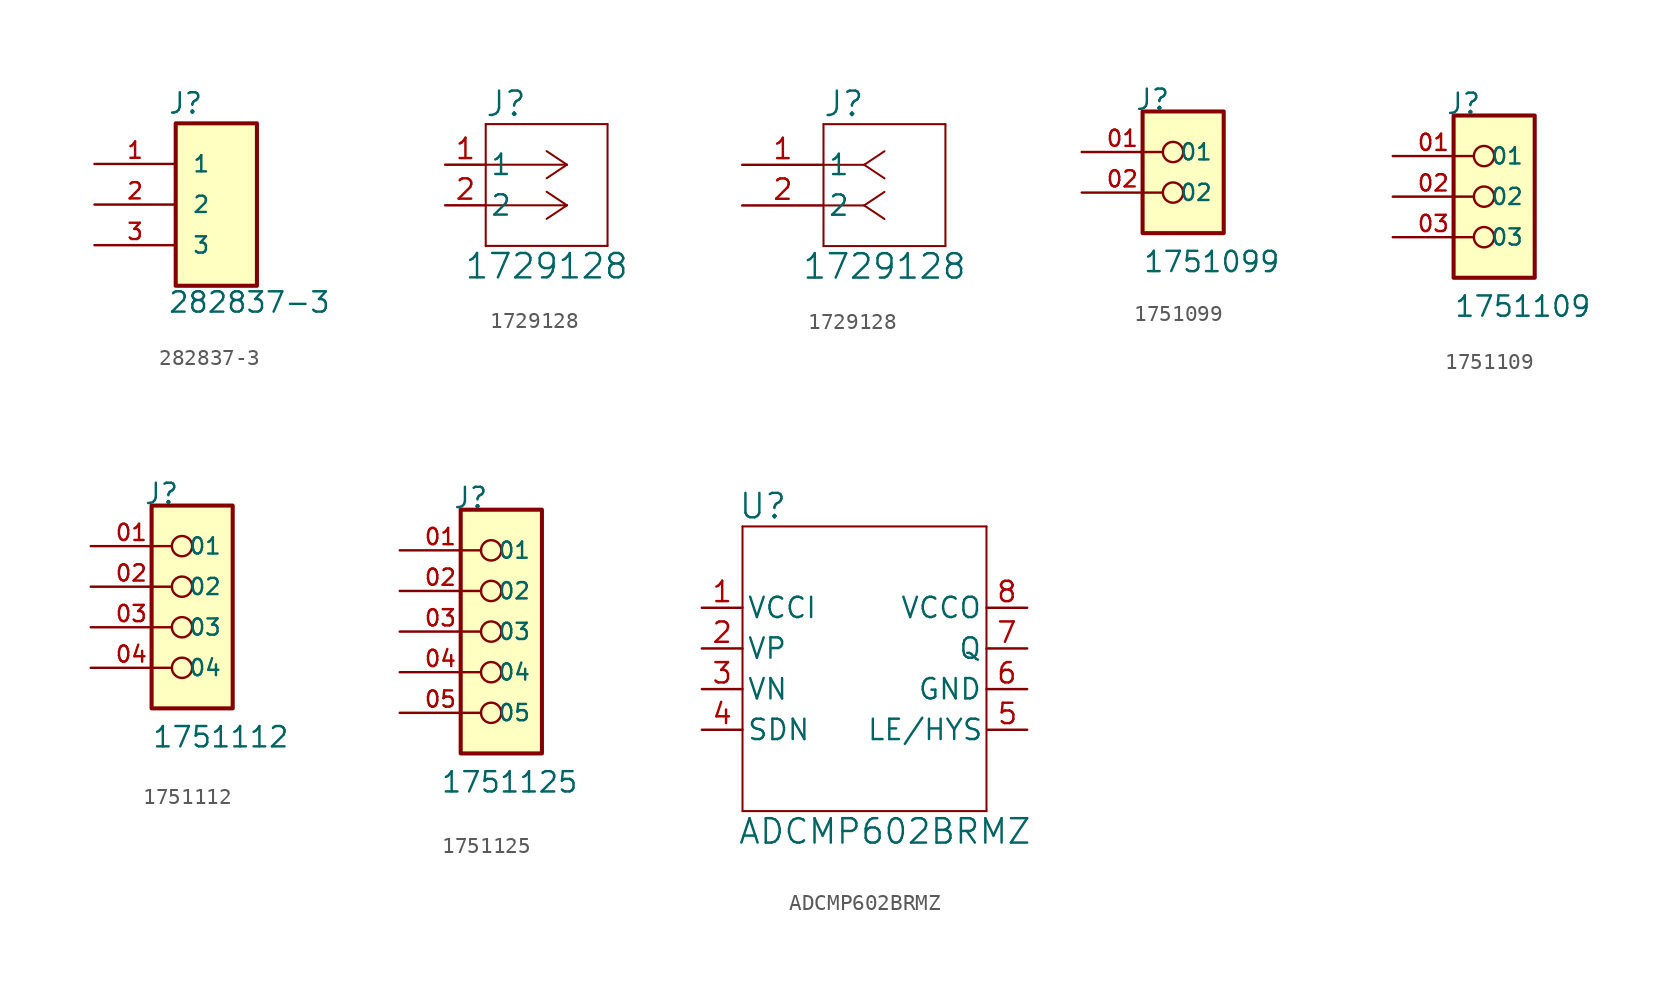
<source format=kicad_sym>
(kicad_symbol_lib
  (version 20211014)
  (generator kicad_symbol_editor)
  (symbol "282837-3"
    (pin_names
      (offset 1.016))
    (property "Reference" "J"
      (at -3.05 5.592 0)
      (effects (font (size 1.27 1.27)) (justify left bottom)))
    (property "Value" "282837-3"
      (at -3.049 -6.859 0)
      (effects (font (size 1.27 1.27)) (justify left bottom)))
    (symbol "282837-3_0_0"
      (rectangle (start -2.54 -5.08) (end 2.54 5.08) (stroke (width 0.254) (type default) (color 0 0 0 0)) (fill (type background)))
      (pin passive line (at -7.62 2.54 0) (length 5.08) (name "1" (effects (font (size 1.016 1.016)))) (number "1" (effects (font (size 1.016 1.016)))))
      (pin passive line (at -7.62 0 0) (length 5.08) (name "2" (effects (font (size 1.016 1.016)))) (number "2" (effects (font (size 1.016 1.016)))))
      (pin passive line (at -7.62 -2.54 0) (length 5.08) (name "3" (effects (font (size 1.016 1.016)))) (number "3" (effects (font (size 1.016 1.016)))))))
  (symbol "1729128"
    (pin_names
      (offset 0.254))
    (property "Reference" "J"
      (at 6.35 3.81 0)
      (effects (font (size 1.524 1.524))))
    (property "Value" "1729128"
      (at 8.89 -6.35 0)
      (effects (font (size 1.524 1.524))))
    (symbol "1729128_1_1"
      (polyline (pts (xy 5.08 -5.08) (xy 12.7 -5.08)) (stroke (width 0.127) (type default) (color 0 0 0 0)) (fill (type none)))
      (polyline (pts (xy 5.08 2.54) (xy 5.08 -5.08)) (stroke (width 0.127) (type default) (color 0 0 0 0)) (fill (type none)))
      (polyline (pts (xy 10.16 -2.54) (xy 5.08 -2.54)) (stroke (width 0.127) (type default) (color 0 0 0 0)) (fill (type none)))
      (polyline (pts (xy 10.16 -2.54) (xy 8.89 -3.387)) (stroke (width 0.127) (type default) (color 0 0 0 0)) (fill (type none)))
      (polyline (pts (xy 10.16 -2.54) (xy 8.89 -1.693)) (stroke (width 0.127) (type default) (color 0 0 0 0)) (fill (type none)))
      (polyline (pts (xy 10.16 0) (xy 5.08 0)) (stroke (width 0.127) (type default) (color 0 0 0 0)) (fill (type none)))
      (polyline (pts (xy 10.16 0) (xy 8.89 -0.847)) (stroke (width 0.127) (type default) (color 0 0 0 0)) (fill (type none)))
      (polyline (pts (xy 10.16 0) (xy 8.89 0.847)) (stroke (width 0.127) (type default) (color 0 0 0 0)) (fill (type none)))
      (polyline (pts (xy 12.7 -5.08) (xy 12.7 2.54)) (stroke (width 0.127) (type default) (color 0 0 0 0)) (fill (type none)))
      (polyline (pts (xy 12.7 2.54) (xy 5.08 2.54)) (stroke (width 0.127) (type default) (color 0 0 0 0)) (fill (type none)))
      (pin unspecified line (at 2.54 0 0) (length 2.54) (name "1" (effects (font (size 1.27 1.27)))) (number "1" (effects (font (size 1.27 1.27)))))
      (pin bidirectional line (at 2.54 -2.54 0) (length 2.54) (name "2" (effects (font (size 1.27 1.27)))) (number "2" (effects (font (size 1.27 1.27))))))
    (symbol "1729128_1_2"
      (polyline (pts (xy 5.08 -5.08) (xy 12.7 -5.08)) (stroke (width 0.127) (type default) (color 0 0 0 0)) (fill (type none)))
      (polyline (pts (xy 5.08 2.54) (xy 5.08 -5.08)) (stroke (width 0.127) (type default) (color 0 0 0 0)) (fill (type none)))
      (polyline (pts (xy 7.62 -2.54) (xy 5.08 -2.54)) (stroke (width 0.127) (type default) (color 0 0 0 0)) (fill (type none)))
      (polyline (pts (xy 7.62 -2.54) (xy 8.89 -3.387)) (stroke (width 0.127) (type default) (color 0 0 0 0)) (fill (type none)))
      (polyline (pts (xy 7.62 -2.54) (xy 8.89 -1.693)) (stroke (width 0.127) (type default) (color 0 0 0 0)) (fill (type none)))
      (polyline (pts (xy 7.62 0) (xy 5.08 0)) (stroke (width 0.127) (type default) (color 0 0 0 0)) (fill (type none)))
      (polyline (pts (xy 7.62 0) (xy 8.89 -0.847)) (stroke (width 0.127) (type default) (color 0 0 0 0)) (fill (type none)))
      (polyline (pts (xy 7.62 0) (xy 8.89 0.847)) (stroke (width 0.127) (type default) (color 0 0 0 0)) (fill (type none)))
      (polyline (pts (xy 12.7 -5.08) (xy 12.7 2.54)) (stroke (width 0.127) (type default) (color 0 0 0 0)) (fill (type none)))
      (polyline (pts (xy 12.7 2.54) (xy 5.08 2.54)) (stroke (width 0.127) (type default) (color 0 0 0 0)) (fill (type none)))
      (pin unspecified line (at 0 0 0) (length 5.08) (name "1" (effects (font (size 1.27 1.27)))) (number "1" (effects (font (size 1.27 1.27)))))
      (pin unspecified line (at 0 -2.54 0) (length 5.08) (name "2" (effects (font (size 1.27 1.27)))) (number "2" (effects (font (size 1.27 1.27)))))))
  (symbol "1751099"
    (pin_names
      (offset 1.016))
    (property "Reference" "J"
      (at -6.85 5.08 0)
      (effects (font (size 1.27 1.27)) (justify left bottom)))
    (property "Value" "1751099"
      (at -6.35 -5.08 0)
      (effects (font (size 1.27 1.27)) (justify left bottom)))
    (symbol "1751099_0_0"
      (rectangle (start -6.35 5.08) (end -1.27 -2.54) (stroke (width 0.254) (type default) (color 0 0 0 0)) (fill (type background)))
      (circle (center -4.445 0) (radius 0.635) (stroke (width 0.152) (type default) (color 0 0 0 0)) (fill (type none)))
      (circle (center -4.445 2.54) (radius 0.635) (stroke (width 0.152) (type default) (color 0 0 0 0)) (fill (type none)))
      (pin passive line (at -10.16 2.54 0) (length 5.08) (name "01" (effects (font (size 1.016 1.016)))) (number "01" (effects (font (size 1.016 1.016)))))
      (pin passive line (at -10.16 0 0) (length 5.08) (name "02" (effects (font (size 1.016 1.016)))) (number "02" (effects (font (size 1.016 1.016)))))))
  (symbol "1751109"
    (pin_names
      (offset 1.016))
    (property "Reference" "J"
      (at -6.85 5.08 0)
      (effects (font (size 1.27 1.27)) (justify left bottom)))
    (property "Value" "1751109"
      (at -6.35 -7.62 0)
      (effects (font (size 1.27 1.27)) (justify left bottom)))
    (symbol "1751109_0_0"
      (rectangle (start -6.35 5.08) (end -1.27 -5.08) (stroke (width 0.254) (type default) (color 0 0 0 0)) (fill (type background)))
      (circle (center -4.445 -2.54) (radius 0.635) (stroke (width 0.152) (type default) (color 0 0 0 0)) (fill (type none)))
      (circle (center -4.445 0) (radius 0.635) (stroke (width 0.152) (type default) (color 0 0 0 0)) (fill (type none)))
      (circle (center -4.445 2.54) (radius 0.635) (stroke (width 0.152) (type default) (color 0 0 0 0)) (fill (type none)))
      (pin passive line (at -10.16 2.54 0) (length 5.08) (name "01" (effects (font (size 1.016 1.016)))) (number "01" (effects (font (size 1.016 1.016)))))
      (pin passive line (at -10.16 0 0) (length 5.08) (name "02" (effects (font (size 1.016 1.016)))) (number "02" (effects (font (size 1.016 1.016)))))
      (pin passive line (at -10.16 -2.54 0) (length 5.08) (name "03" (effects (font (size 1.016 1.016)))) (number "03" (effects (font (size 1.016 1.016)))))))
  (symbol "1751112"
    (pin_names
      (offset 1.016))
    (property "Reference" "J"
      (at -6.85 7.62 0)
      (effects (font (size 1.27 1.27)) (justify left bottom)))
    (property "Value" "1751112"
      (at -6.35 -7.62 0)
      (effects (font (size 1.27 1.27)) (justify left bottom)))
    (symbol "1751112_0_0"
      (rectangle (start -6.35 7.62) (end -1.27 -5.08) (stroke (width 0.254) (type default) (color 0 0 0 0)) (fill (type background)))
      (circle (center -4.445 -2.54) (radius 0.635) (stroke (width 0.152) (type default) (color 0 0 0 0)) (fill (type none)))
      (circle (center -4.445 0) (radius 0.635) (stroke (width 0.152) (type default) (color 0 0 0 0)) (fill (type none)))
      (circle (center -4.445 2.54) (radius 0.635) (stroke (width 0.152) (type default) (color 0 0 0 0)) (fill (type none)))
      (circle (center -4.445 5.08) (radius 0.635) (stroke (width 0.152) (type default) (color 0 0 0 0)) (fill (type none)))
      (pin passive line (at -10.16 5.08 0) (length 5.08) (name "01" (effects (font (size 1.016 1.016)))) (number "01" (effects (font (size 1.016 1.016)))))
      (pin passive line (at -10.16 2.54 0) (length 5.08) (name "02" (effects (font (size 1.016 1.016)))) (number "02" (effects (font (size 1.016 1.016)))))
      (pin passive line (at -10.16 0 0) (length 5.08) (name "03" (effects (font (size 1.016 1.016)))) (number "03" (effects (font (size 1.016 1.016)))))
      (pin passive line (at -10.16 -2.54 0) (length 5.08) (name "04" (effects (font (size 1.016 1.016)))) (number "04" (effects (font (size 1.016 1.016)))))))
  (symbol "1751125"
    (pin_names
      (offset 1.016))
    (property "Reference" "J"
      (at -6.85 7.62 0)
      (effects (font (size 1.27 1.27)) (justify left bottom)))
    (property "Value" "1751125"
      (at -7.62 -10.16 0)
      (effects (font (size 1.27 1.27)) (justify left bottom)))
    (symbol "1751125_0_0"
      (rectangle (start -6.35 7.62) (end -1.27 -7.62) (stroke (width 0.254) (type default) (color 0 0 0 0)) (fill (type background)))
      (circle (center -4.445 -5.08) (radius 0.635) (stroke (width 0.152) (type default) (color 0 0 0 0)) (fill (type none)))
      (circle (center -4.445 -2.54) (radius 0.635) (stroke (width 0.152) (type default) (color 0 0 0 0)) (fill (type none)))
      (circle (center -4.445 0) (radius 0.635) (stroke (width 0.152) (type default) (color 0 0 0 0)) (fill (type none)))
      (circle (center -4.445 2.54) (radius 0.635) (stroke (width 0.152) (type default) (color 0 0 0 0)) (fill (type none)))
      (circle (center -4.445 5.08) (radius 0.635) (stroke (width 0.152) (type default) (color 0 0 0 0)) (fill (type none)))
      (pin passive line (at -10.16 5.08 0) (length 5.08) (name "01" (effects (font (size 1.016 1.016)))) (number "01" (effects (font (size 1.016 1.016)))))
      (pin passive line (at -10.16 2.54 0) (length 5.08) (name "02" (effects (font (size 1.016 1.016)))) (number "02" (effects (font (size 1.016 1.016)))))
      (pin passive line (at -10.16 0 0) (length 5.08) (name "03" (effects (font (size 1.016 1.016)))) (number "03" (effects (font (size 1.016 1.016)))))
      (pin passive line (at -10.16 -2.54 0) (length 5.08) (name "04" (effects (font (size 1.016 1.016)))) (number "04" (effects (font (size 1.016 1.016)))))
      (pin passive line (at -10.16 -5.08 0) (length 5.08) (name "05" (effects (font (size 1.016 1.016)))) (number "05" (effects (font (size 1.016 1.016)))))))
  (symbol "ADCMP602BRMZ"
    (pin_names
      (offset 0.254))
    (property "Reference" "U"
      (at 8.89 6.35 0)
      (effects (font (size 1.524 1.524))))
    (property "Value" "ADCMP602BRMZ"
      (at 16.51 -13.97 0)
      (effects (font (size 1.524 1.524))))
    (symbol "ADCMP602BRMZ_1_1"
      (polyline (pts (xy 7.62 -12.7) (xy 22.86 -12.7)) (stroke (width 0.127) (type default) (color 0 0 0 0)) (fill (type none)))
      (polyline (pts (xy 7.62 5.08) (xy 7.62 -12.7)) (stroke (width 0.127) (type default) (color 0 0 0 0)) (fill (type none)))
      (polyline (pts (xy 22.86 -12.7) (xy 22.86 5.08)) (stroke (width 0.127) (type default) (color 0 0 0 0)) (fill (type none)))
      (polyline (pts (xy 22.86 5.08) (xy 7.62 5.08)) (stroke (width 0.127) (type default) (color 0 0 0 0)) (fill (type none)))
      (pin bidirectional line (at 5.08 0 0) (length 2.54) (name "VCCI" (effects (font (size 1.27 1.27)))) (number "1" (effects (font (size 1.27 1.27)))))
      (pin input line (at 5.08 -2.54 0) (length 2.54) (name "VP" (effects (font (size 1.27 1.27)))) (number "2" (effects (font (size 1.27 1.27)))))
      (pin input line (at 5.08 -5.08 0) (length 2.54) (name "VN" (effects (font (size 1.27 1.27)))) (number "3" (effects (font (size 1.27 1.27)))))
      (pin unspecified line (at 5.08 -7.62 0) (length 2.54) (name "SDN" (effects (font (size 1.27 1.27)))) (number "4" (effects (font (size 1.27 1.27)))))
      (pin unspecified line (at 25.4 -7.62 180) (length 2.45) (name "LE/HYS" (effects (font (size 1.27 1.27)))) (number "5" (effects (font (size 1.27 1.27)))))
      (pin bidirectional line (at 25.4 -5.08 180) (length 2.54) (name "GND" (effects (font (size 1.27 1.27)))) (number "6" (effects (font (size 1.27 1.27)))))
      (pin output line (at 25.4 -2.54 180) (length 2.54) (name "Q" (effects (font (size 1.27 1.27)))) (number "7" (effects (font (size 1.27 1.27)))))
      (pin bidirectional line (at 25.4 0 180) (length 2.54) (name "VCCO" (effects (font (size 1.27 1.27)))) (number "8" (effects (font (size 1.27 1.27))))))))
</source>
